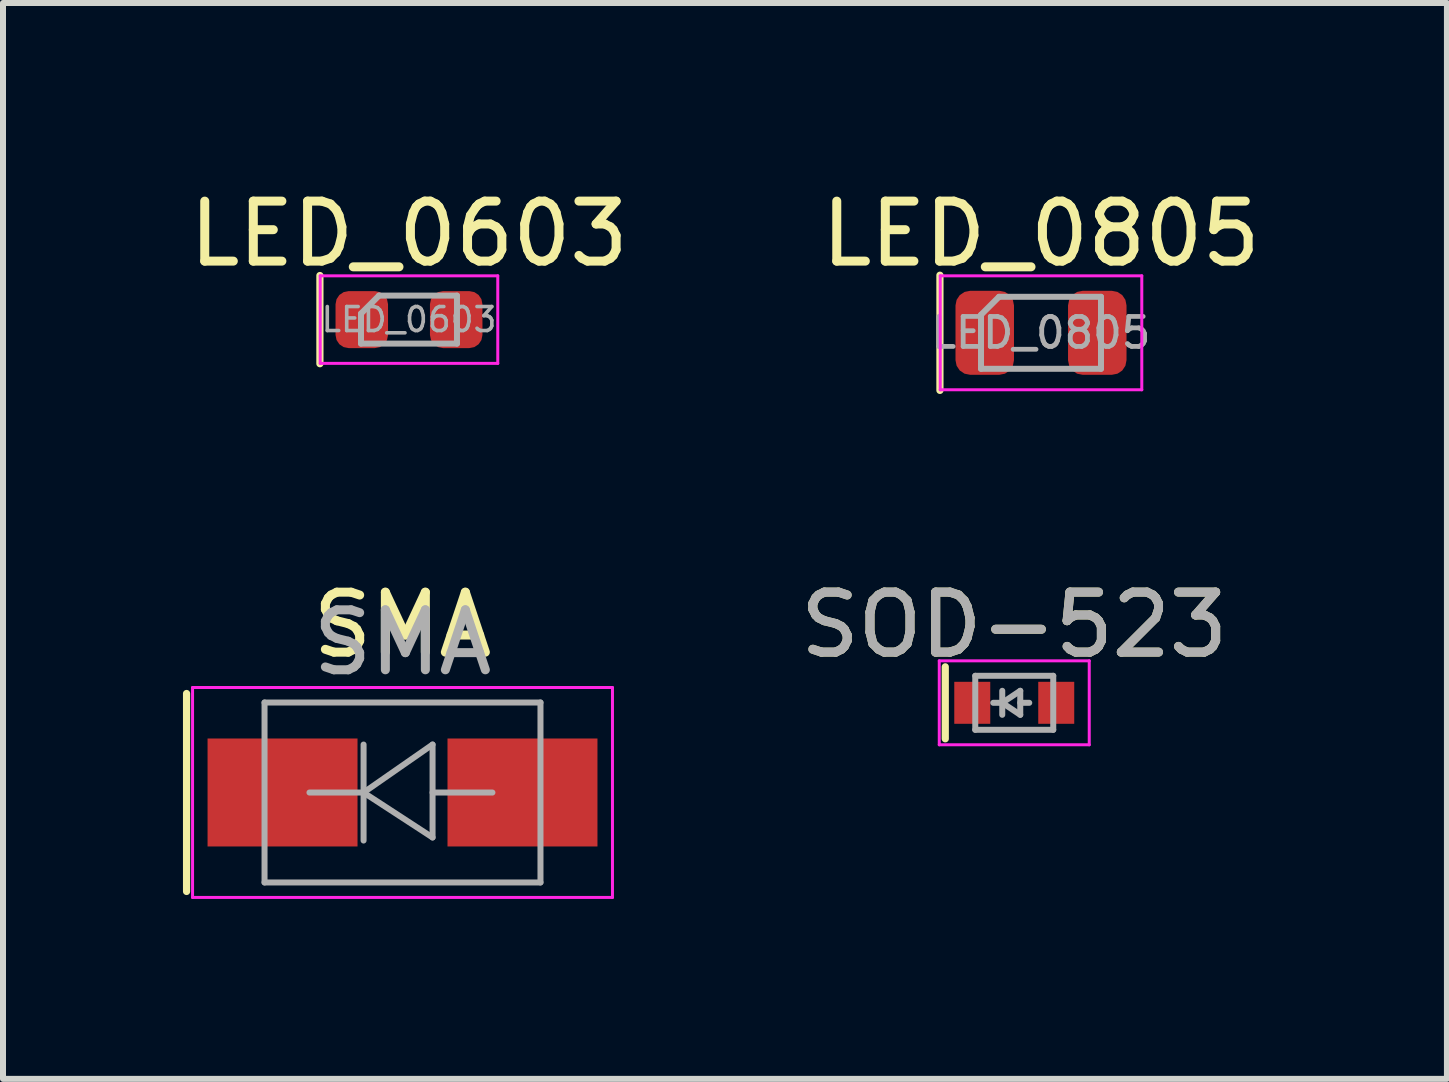
<source format=kicad_pcb>
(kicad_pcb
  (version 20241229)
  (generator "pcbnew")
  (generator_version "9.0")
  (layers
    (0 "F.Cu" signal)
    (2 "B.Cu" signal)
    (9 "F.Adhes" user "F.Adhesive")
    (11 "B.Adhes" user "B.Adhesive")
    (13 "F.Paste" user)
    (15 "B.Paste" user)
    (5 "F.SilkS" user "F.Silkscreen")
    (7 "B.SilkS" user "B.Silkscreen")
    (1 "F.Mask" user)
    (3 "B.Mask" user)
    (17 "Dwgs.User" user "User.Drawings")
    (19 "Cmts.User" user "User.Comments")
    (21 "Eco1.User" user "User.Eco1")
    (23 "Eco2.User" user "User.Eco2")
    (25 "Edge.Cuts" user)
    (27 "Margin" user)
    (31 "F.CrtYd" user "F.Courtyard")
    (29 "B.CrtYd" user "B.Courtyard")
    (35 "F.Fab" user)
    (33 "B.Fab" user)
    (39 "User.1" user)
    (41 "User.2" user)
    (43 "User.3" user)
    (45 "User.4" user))
  (footprint "SMA"
    (layer "F.Cu")
    (at 3.66 10.161)
    (property "Reference" "SMA" (at 0 -2.794 0) (layer "F.SilkS") (effects (font (size 1 1) (thickness 0.15))))
    (attr smd)
    (fp_line (start -3.6 -1.65) (end -3.6 1.65) (stroke (width 0.12) (type solid)) (layer "F.SilkS"))
    (fp_line (start -3.5 -1.75) (end 3.5 -1.75) (stroke (width 0.05) (type solid)) (layer "F.CrtYd"))
    (fp_line (start -3.5 1.75) (end -3.5 -1.75) (stroke (width 0.05) (type solid)) (layer "F.CrtYd"))
    (fp_line (start 3.5 -1.75) (end 3.5 1.75) (stroke (width 0.05) (type solid)) (layer "F.CrtYd"))
    (fp_line (start 3.5 1.75) (end -3.5 1.75) (stroke (width 0.05) (type solid)) (layer "F.CrtYd"))
    (fp_line (start -2.3 1.5) (end -2.3 -1.5) (stroke (width 0.1) (type solid)) (layer "F.Fab"))
    (fp_line (start -0.649 -0.799) (end -0.649 0.801) (stroke (width 0.1) (type solid)) (layer "F.Fab"))
    (fp_line (start -0.649 0.001) (end -1.551 0.001) (stroke (width 0.1) (type solid)) (layer "F.Fab"))
    (fp_line (start -0.649 0.001) (end 0.501 -0.799) (stroke (width 0.1) (type solid)) (layer "F.Fab"))
    (fp_line (start -0.649 0.001) (end 0.501 0.75) (stroke (width 0.1) (type solid)) (layer "F.Fab"))
    (fp_line (start 0.501 0.001) (end 1.499 0.001) (stroke (width 0.1) (type solid)) (layer "F.Fab"))
    (fp_line (start 0.501 0.75) (end 0.501 -0.799) (stroke (width 0.1) (type solid)) (layer "F.Fab"))
    (fp_line (start 2.3 -1.5) (end -2.3 -1.5) (stroke (width 0.1) (type solid)) (layer "F.Fab"))
    (fp_line (start 2.3 -1.5) (end 2.3 1.5) (stroke (width 0.1) (type solid)) (layer "F.Fab"))
    (fp_line (start 2.3 1.5) (end -2.3 1.5) (stroke (width 0.1) (type solid)) (layer "F.Fab"))
    (fp_text user "${REFERENCE}" (at 0 -2.5 0) (layer "F.Fab") (effects (font (size 1 1) (thickness 0.15))))
    (pad "1" smd rect (at -2 0) (size 2.5 1.8) (layers "F.Cu" "F.Mask" "F.Paste"))
    (pad "2" smd rect (at 2 0) (size 2.5 1.8) (layers "F.Cu" "F.Mask" "F.Paste")))
  (footprint "SOD-523"
    (layer "F.Cu")
    (at 13.858 8.666)
    (property "Reference" "SOD-523" (at 0 -1.3 0) (layer "F.SilkS") (effects (font (size 1 1) (thickness 0.15))))
    (attr smd)
    (fp_line (start -1.15 -0.6) (end -1.15 0.6) (stroke (width 0.12) (type solid)) (layer "F.SilkS"))
    (fp_line (start -1.25 -0.7) (end 1.25 -0.7) (stroke (width 0.05) (type solid)) (layer "F.CrtYd"))
    (fp_line (start -1.25 0.7) (end -1.25 -0.7) (stroke (width 0.05) (type solid)) (layer "F.CrtYd"))
    (fp_line (start 1.25 -0.7) (end 1.25 0.7) (stroke (width 0.05) (type solid)) (layer "F.CrtYd"))
    (fp_line (start 1.25 0.7) (end -1.25 0.7) (stroke (width 0.05) (type solid)) (layer "F.CrtYd"))
    (fp_line (start -0.65 -0.45) (end 0.65 -0.45) (stroke (width 0.1) (type solid)) (layer "F.Fab"))
    (fp_line (start -0.65 0.45) (end -0.65 -0.45) (stroke (width 0.1) (type solid)) (layer "F.Fab"))
    (fp_line (start -0.2 0) (end -0.35 0) (stroke (width 0.1) (type solid)) (layer "F.Fab"))
    (fp_line (start -0.2 0) (end 0.1 0.2) (stroke (width 0.1) (type solid)) (layer "F.Fab"))
    (fp_line (start -0.2 0.2) (end -0.2 -0.2) (stroke (width 0.1) (type solid)) (layer "F.Fab"))
    (fp_line (start 0.1 -0.2) (end -0.2 0) (stroke (width 0.1) (type solid)) (layer "F.Fab"))
    (fp_line (start 0.1 0) (end 0.25 0) (stroke (width 0.1) (type solid)) (layer "F.Fab"))
    (fp_line (start 0.1 0.2) (end 0.1 -0.2) (stroke (width 0.1) (type solid)) (layer "F.Fab"))
    (fp_line (start 0.65 -0.45) (end 0.65 0.45) (stroke (width 0.1) (type solid)) (layer "F.Fab"))
    (fp_line (start 0.65 0.45) (end -0.65 0.45) (stroke (width 0.1) (type solid)) (layer "F.Fab"))
    (fp_text user "${REFERENCE}" (at 0 -1.3 0) (layer "F.Fab") (effects (font (size 1 1) (thickness 0.15))))
    (pad "1" smd rect (at -0.7 0 180) (size 0.6 0.7) (layers "F.Cu" "F.Mask" "F.Paste"))
    (pad "2" smd rect (at 0.7 0 180) (size 0.6 0.7) (layers "F.Cu" "F.Mask" "F.Paste")))
  (footprint "LED_0805"
    (layer "F.Cu")
    (at 14.304 2.498)
    (property "Reference" "LED_0805" (at 0 -1.65 0) (layer "F.SilkS") (effects (font (size 1 1) (thickness 0.15))))
    (attr smd)
    (fp_line (start -1.685 -0.96) (end -1.685 0.96) (stroke (width 0.12) (type solid)) (layer "F.SilkS"))
    (fp_line (start -1.68 -0.95) (end 1.68 -0.95) (stroke (width 0.05) (type solid)) (layer "F.CrtYd"))
    (fp_line (start -1.68 0.95) (end -1.68 -0.95) (stroke (width 0.05) (type solid)) (layer "F.CrtYd"))
    (fp_line (start 1.68 -0.95) (end 1.68 0.95) (stroke (width 0.05) (type solid)) (layer "F.CrtYd"))
    (fp_line (start 1.68 0.95) (end -1.68 0.95) (stroke (width 0.05) (type solid)) (layer "F.CrtYd"))
    (fp_line (start -1 -0.3) (end -1 0.6) (stroke (width 0.1) (type solid)) (layer "F.Fab"))
    (fp_line (start -1 0.6) (end 1 0.6) (stroke (width 0.1) (type solid)) (layer "F.Fab"))
    (fp_line (start -0.7 -0.6) (end -1 -0.3) (stroke (width 0.1) (type solid)) (layer "F.Fab"))
    (fp_line (start 1 -0.6) (end -0.7 -0.6) (stroke (width 0.1) (type solid)) (layer "F.Fab"))
    (fp_line (start 1 0.6) (end 1 -0.6) (stroke (width 0.1) (type solid)) (layer "F.Fab"))
    (fp_text user "${REFERENCE}" (at 0 0 0) (layer "F.Fab") (effects (font (size 0.5 0.5) (thickness 0.08))))
    (pad "1" smd roundrect (at -0.938 0) (size 0.975 1.4) (layers "F.Cu" "F.Mask" "F.Paste") (roundrect_rratio 0.25))
    (pad "2" smd roundrect (at 0.938 0) (size 0.975 1.4) (layers "F.Cu" "F.Mask" "F.Paste") (roundrect_rratio 0.25)))
  (footprint "LED_0603"
    (layer "F.Cu")
    (at 3.768 2.278)
    (property "Reference" "LED_0603" (at 0 -1.43 0) (layer "F.SilkS") (effects (font (size 1 1) (thickness 0.15))))
    (attr smd)
    (fp_line (start -1.485 -0.735) (end -1.485 0.735) (stroke (width 0.12) (type solid)) (layer "F.SilkS"))
    (fp_line (start -1.48 -0.73) (end 1.48 -0.73) (stroke (width 0.05) (type solid)) (layer "F.CrtYd"))
    (fp_line (start -1.48 0.73) (end -1.48 -0.73) (stroke (width 0.05) (type solid)) (layer "F.CrtYd"))
    (fp_line (start 1.48 -0.73) (end 1.48 0.73) (stroke (width 0.05) (type solid)) (layer "F.CrtYd"))
    (fp_line (start 1.48 0.73) (end -1.48 0.73) (stroke (width 0.05) (type solid)) (layer "F.CrtYd"))
    (fp_line (start -0.8 -0.1) (end -0.8 0.4) (stroke (width 0.1) (type solid)) (layer "F.Fab"))
    (fp_line (start -0.8 0.4) (end 0.8 0.4) (stroke (width 0.1) (type solid)) (layer "F.Fab"))
    (fp_line (start -0.5 -0.4) (end -0.8 -0.1) (stroke (width 0.1) (type solid)) (layer "F.Fab"))
    (fp_line (start 0.8 -0.4) (end -0.5 -0.4) (stroke (width 0.1) (type solid)) (layer "F.Fab"))
    (fp_line (start 0.8 0.4) (end 0.8 -0.4) (stroke (width 0.1) (type solid)) (layer "F.Fab"))
    (fp_text user "${REFERENCE}" (at 0 0 0) (layer "F.Fab") (effects (font (size 0.4 0.4) (thickness 0.06))))
    (pad "1" smd roundrect (at -0.787 0) (size 0.875 0.95) (layers "F.Cu" "F.Mask" "F.Paste") (roundrect_rratio 0.25))
    (pad "2" smd roundrect (at 0.787 0) (size 0.875 0.95) (layers "F.Cu" "F.Mask" "F.Paste") (roundrect_rratio 0.25)))
  (gr_rect
    (start -3 -3)
    (end 21.071 14.935)
    (stroke (width 0.1) (type default))
    (fill no)
    (layer "Edge.Cuts")))
</source>
